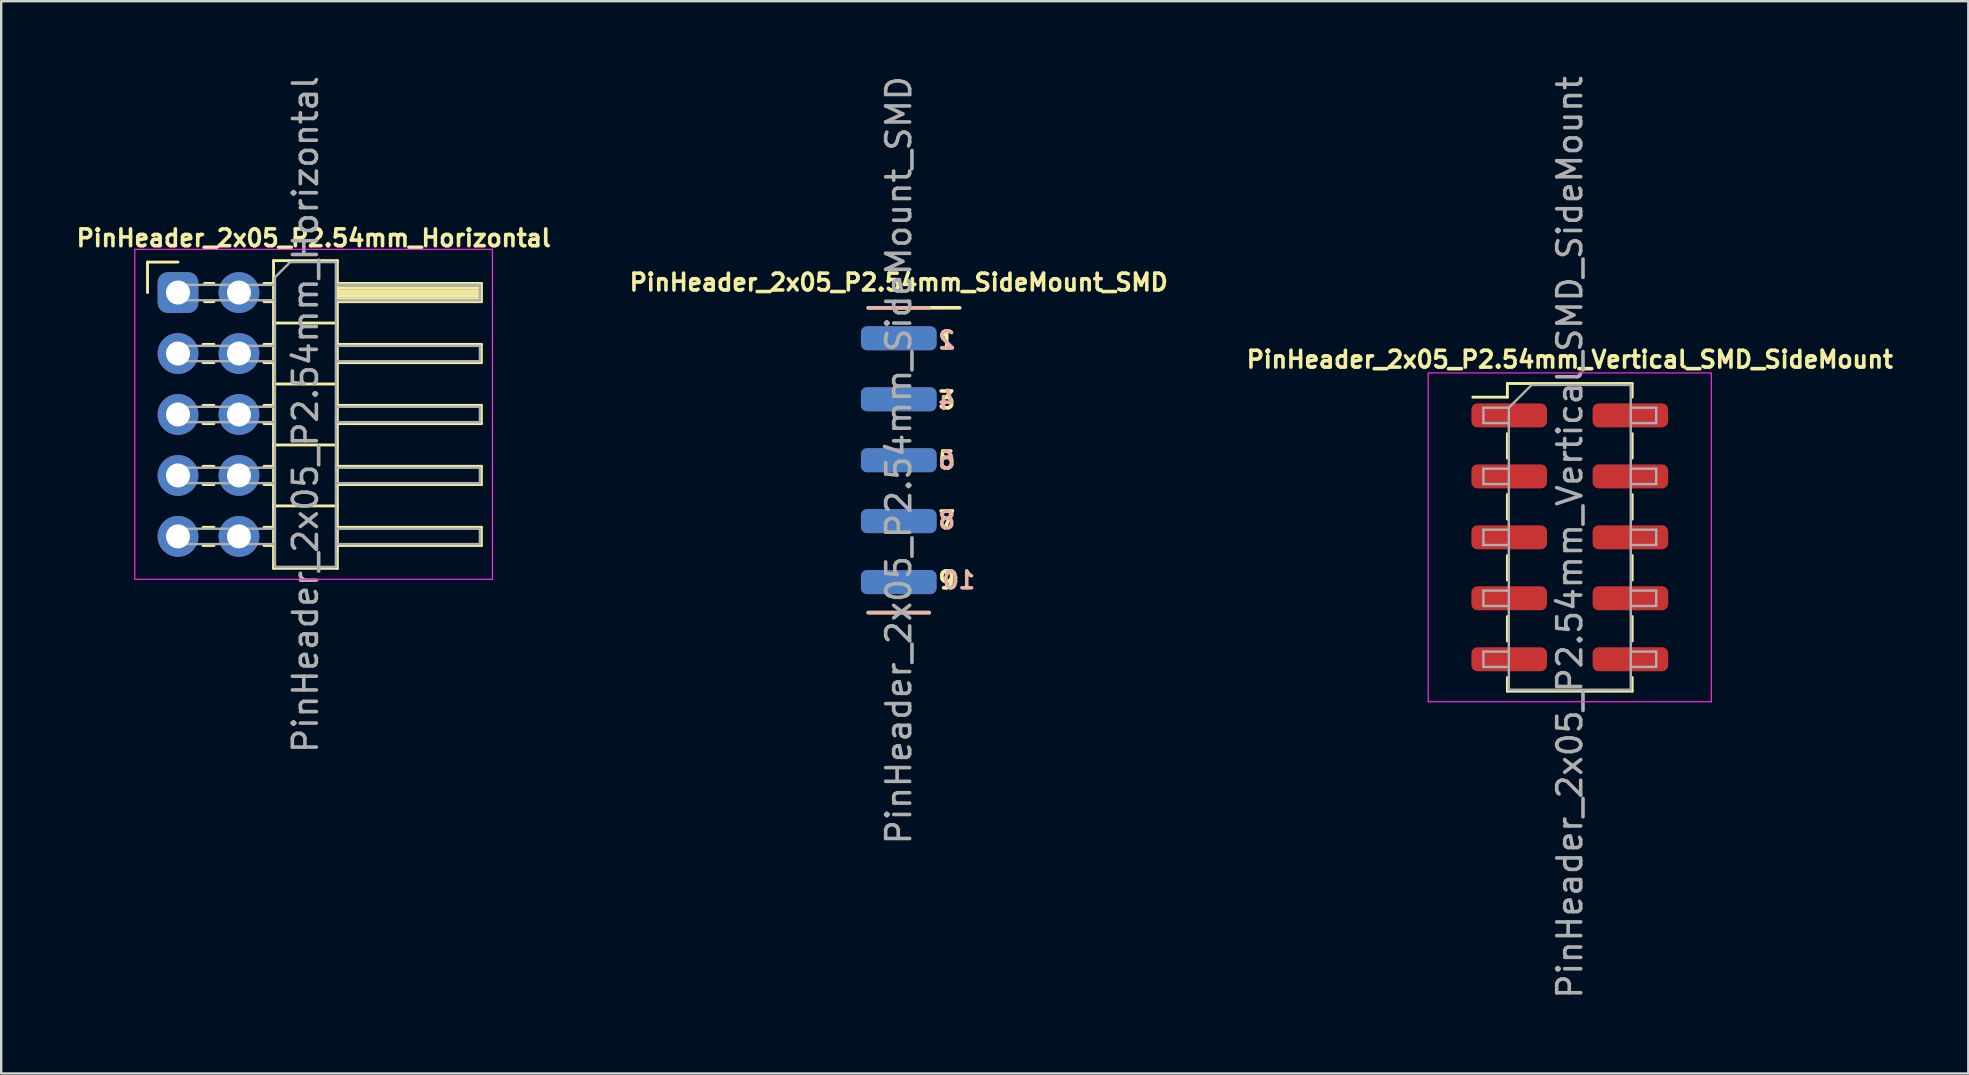
<source format=kicad_pcb>
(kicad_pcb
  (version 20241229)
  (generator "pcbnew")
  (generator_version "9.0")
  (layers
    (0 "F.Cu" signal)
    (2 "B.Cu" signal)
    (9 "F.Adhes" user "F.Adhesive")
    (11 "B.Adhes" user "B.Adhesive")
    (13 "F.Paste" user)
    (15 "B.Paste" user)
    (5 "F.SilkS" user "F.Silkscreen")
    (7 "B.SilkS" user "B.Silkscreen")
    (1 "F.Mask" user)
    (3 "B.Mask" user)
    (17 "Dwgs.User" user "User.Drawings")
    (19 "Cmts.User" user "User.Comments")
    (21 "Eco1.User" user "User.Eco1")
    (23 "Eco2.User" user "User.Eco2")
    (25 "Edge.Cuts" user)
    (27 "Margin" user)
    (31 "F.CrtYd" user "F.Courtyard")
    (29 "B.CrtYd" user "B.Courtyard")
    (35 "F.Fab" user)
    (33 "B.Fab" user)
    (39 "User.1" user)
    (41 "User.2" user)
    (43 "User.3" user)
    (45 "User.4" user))
  (footprint "PinHeader_2x05_P2.54mm_Vertical_SMD_SideMount"
    (layer "F.Cu")
    (at 62.358 19.339)
    (property "Reference" "PinHeader_2x05_P2.54mm_Vertical_SMD_SideMount" (at 0 -7.41 0) (layer "F.SilkS") (effects (font (size 0.7 0.7) (thickness 0.15))))
    (attr smd)
    (fp_line (start -4.04 -5.84) (end -2.6 -5.84) (stroke (width 0.12) (type solid)) (layer "F.SilkS"))
    (fp_line (start -2.6 -6.41) (end -2.6 -5.84) (stroke (width 0.12) (type solid)) (layer "F.SilkS"))
    (fp_line (start -2.6 -6.41) (end 2.6 -6.41) (stroke (width 0.12) (type solid)) (layer "F.SilkS"))
    (fp_line (start -2.6 -4.32) (end -2.6 -3.3) (stroke (width 0.12) (type solid)) (layer "F.SilkS"))
    (fp_line (start -2.6 -1.78) (end -2.6 -0.76) (stroke (width 0.12) (type solid)) (layer "F.SilkS"))
    (fp_line (start -2.6 0.76) (end -2.6 1.78) (stroke (width 0.12) (type solid)) (layer "F.SilkS"))
    (fp_line (start -2.6 3.3) (end -2.6 4.32) (stroke (width 0.12) (type solid)) (layer "F.SilkS"))
    (fp_line (start -2.6 5.84) (end -2.6 6.41) (stroke (width 0.12) (type solid)) (layer "F.SilkS"))
    (fp_line (start -2.6 6.41) (end 2.6 6.41) (stroke (width 0.12) (type solid)) (layer "F.SilkS"))
    (fp_line (start 2.6 -6.41) (end 2.6 -5.84) (stroke (width 0.12) (type solid)) (layer "F.SilkS"))
    (fp_line (start 2.6 -4.32) (end 2.6 -3.3) (stroke (width 0.12) (type solid)) (layer "F.SilkS"))
    (fp_line (start 2.6 -1.78) (end 2.6 -0.76) (stroke (width 0.12) (type solid)) (layer "F.SilkS"))
    (fp_line (start 2.6 0.76) (end 2.6 1.78) (stroke (width 0.12) (type solid)) (layer "F.SilkS"))
    (fp_line (start 2.6 3.3) (end 2.6 4.32) (stroke (width 0.12) (type solid)) (layer "F.SilkS"))
    (fp_line (start 2.6 5.84) (end 2.6 6.41) (stroke (width 0.12) (type solid)) (layer "F.SilkS"))
    (fp_line (start -5.9 -6.85) (end -5.9 6.85) (stroke (width 0.05) (type solid)) (layer "F.CrtYd"))
    (fp_line (start -5.9 6.85) (end 5.9 6.85) (stroke (width 0.05) (type solid)) (layer "F.CrtYd"))
    (fp_line (start 5.9 -6.85) (end -5.9 -6.85) (stroke (width 0.05) (type solid)) (layer "F.CrtYd"))
    (fp_line (start 5.9 6.85) (end 5.9 -6.85) (stroke (width 0.05) (type solid)) (layer "F.CrtYd"))
    (fp_line (start -3.6 -5.4) (end -3.6 -4.76) (stroke (width 0.1) (type solid)) (layer "F.Fab"))
    (fp_line (start -3.6 -4.76) (end -2.54 -4.76) (stroke (width 0.1) (type solid)) (layer "F.Fab"))
    (fp_line (start -3.6 -2.86) (end -3.6 -2.22) (stroke (width 0.1) (type solid)) (layer "F.Fab"))
    (fp_line (start -3.6 -2.22) (end -2.54 -2.22) (stroke (width 0.1) (type solid)) (layer "F.Fab"))
    (fp_line (start -3.6 -0.32) (end -3.6 0.32) (stroke (width 0.1) (type solid)) (layer "F.Fab"))
    (fp_line (start -3.6 0.32) (end -2.54 0.32) (stroke (width 0.1) (type solid)) (layer "F.Fab"))
    (fp_line (start -3.6 2.22) (end -3.6 2.86) (stroke (width 0.1) (type solid)) (layer "F.Fab"))
    (fp_line (start -3.6 2.86) (end -2.54 2.86) (stroke (width 0.1) (type solid)) (layer "F.Fab"))
    (fp_line (start -3.6 4.76) (end -3.6 5.4) (stroke (width 0.1) (type solid)) (layer "F.Fab"))
    (fp_line (start -3.6 5.4) (end -2.54 5.4) (stroke (width 0.1) (type solid)) (layer "F.Fab"))
    (fp_line (start -2.54 -5.4) (end -3.6 -5.4) (stroke (width 0.1) (type solid)) (layer "F.Fab"))
    (fp_line (start -2.54 -5.4) (end -1.59 -6.35) (stroke (width 0.1) (type solid)) (layer "F.Fab"))
    (fp_line (start -2.54 -2.86) (end -3.6 -2.86) (stroke (width 0.1) (type solid)) (layer "F.Fab"))
    (fp_line (start -2.54 -0.32) (end -3.6 -0.32) (stroke (width 0.1) (type solid)) (layer "F.Fab"))
    (fp_line (start -2.54 2.22) (end -3.6 2.22) (stroke (width 0.1) (type solid)) (layer "F.Fab"))
    (fp_line (start -2.54 4.76) (end -3.6 4.76) (stroke (width 0.1) (type solid)) (layer "F.Fab"))
    (fp_line (start -2.54 6.35) (end -2.54 -5.4) (stroke (width 0.1) (type solid)) (layer "F.Fab"))
    (fp_line (start -1.59 -6.35) (end 2.54 -6.35) (stroke (width 0.1) (type solid)) (layer "F.Fab"))
    (fp_line (start 2.54 -6.35) (end 2.54 6.35) (stroke (width 0.1) (type solid)) (layer "F.Fab"))
    (fp_line (start 2.54 -5.4) (end 3.6 -5.4) (stroke (width 0.1) (type solid)) (layer "F.Fab"))
    (fp_line (start 2.54 -2.86) (end 3.6 -2.86) (stroke (width 0.1) (type solid)) (layer "F.Fab"))
    (fp_line (start 2.54 -0.32) (end 3.6 -0.32) (stroke (width 0.1) (type solid)) (layer "F.Fab"))
    (fp_line (start 2.54 2.22) (end 3.6 2.22) (stroke (width 0.1) (type solid)) (layer "F.Fab"))
    (fp_line (start 2.54 4.76) (end 3.6 4.76) (stroke (width 0.1) (type solid)) (layer "F.Fab"))
    (fp_line (start 2.54 6.35) (end -2.54 6.35) (stroke (width 0.1) (type solid)) (layer "F.Fab"))
    (fp_line (start 3.6 -5.4) (end 3.6 -4.76) (stroke (width 0.1) (type solid)) (layer "F.Fab"))
    (fp_line (start 3.6 -4.76) (end 2.54 -4.76) (stroke (width 0.1) (type solid)) (layer "F.Fab"))
    (fp_line (start 3.6 -2.86) (end 3.6 -2.22) (stroke (width 0.1) (type solid)) (layer "F.Fab"))
    (fp_line (start 3.6 -2.22) (end 2.54 -2.22) (stroke (width 0.1) (type solid)) (layer "F.Fab"))
    (fp_line (start 3.6 -0.32) (end 3.6 0.32) (stroke (width 0.1) (type solid)) (layer "F.Fab"))
    (fp_line (start 3.6 0.32) (end 2.54 0.32) (stroke (width 0.1) (type solid)) (layer "F.Fab"))
    (fp_line (start 3.6 2.22) (end 3.6 2.86) (stroke (width 0.1) (type solid)) (layer "F.Fab"))
    (fp_line (start 3.6 2.86) (end 2.54 2.86) (stroke (width 0.1) (type solid)) (layer "F.Fab"))
    (fp_line (start 3.6 4.76) (end 3.6 5.4) (stroke (width 0.1) (type solid)) (layer "F.Fab"))
    (fp_line (start 3.6 5.4) (end 2.54 5.4) (stroke (width 0.1) (type solid)) (layer "F.Fab"))
    (fp_text user "${REFERENCE}" (at 0 0 90) (layer "F.Fab") (effects (font (size 1 1) (thickness 0.15))))
    (pad "1" smd roundrect (at -2.525 -5.08) (size 3.15 1) (layers "F.Cu" "F.Mask" "F.Paste") (roundrect_rratio 0.25))
    (pad "2" smd roundrect (at 2.525 -5.08) (size 3.15 1) (layers "F.Cu" "F.Mask" "F.Paste") (roundrect_rratio 0.25))
    (pad "3" smd roundrect (at -2.525 -2.54) (size 3.15 1) (layers "F.Cu" "F.Mask" "F.Paste") (roundrect_rratio 0.25))
    (pad "4" smd roundrect (at 2.525 -2.54) (size 3.15 1) (layers "F.Cu" "F.Mask" "F.Paste") (roundrect_rratio 0.25))
    (pad "5" smd roundrect (at -2.525 0) (size 3.15 1) (layers "F.Cu" "F.Mask" "F.Paste") (roundrect_rratio 0.25))
    (pad "6" smd roundrect (at 2.525 0) (size 3.15 1) (layers "F.Cu" "F.Mask" "F.Paste") (roundrect_rratio 0.25))
    (pad "7" smd roundrect (at -2.525 2.54) (size 3.15 1) (layers "F.Cu" "F.Mask" "F.Paste") (roundrect_rratio 0.25))
    (pad "8" smd roundrect (at 2.525 2.54) (size 3.15 1) (layers "F.Cu" "F.Mask" "F.Paste") (roundrect_rratio 0.25))
    (pad "9" smd roundrect (at -2.525 5.08) (size 3.15 1) (layers "F.Cu" "F.Mask" "F.Paste") (roundrect_rratio 0.25))
    (pad "10" smd roundrect (at 2.525 5.08) (size 3.15 1) (layers "F.Cu" "F.Mask" "F.Paste") (roundrect_rratio 0.25)))
  (footprint "PinHeader_2x05_P2.54mm_SideMount_SMD"
    (layer "F.Cu")
    (at 34.398 16.125)
    (property "Reference" "PinHeader_2x05_P2.54mm_SideMount_SMD" (at 0 -7.41 0) (layer "F.SilkS") (effects (font (size 0.7 0.7) (thickness 0.15))))
    (attr through_hole)
    (fp_line (start -1.27 -6.35) (end 2.54 -6.35) (stroke (width 0.15) (type solid)) (layer "F.SilkS"))
    (fp_line (start -1.27 6.35) (end 1.27 6.35) (stroke (width 0.15) (type solid)) (layer "F.SilkS"))
    (fp_line (start -1.27 -6.35) (end 1.27 -6.35) (stroke (width 0.15) (type solid)) (layer "B.SilkS"))
    (fp_line (start -1.27 6.35) (end 1.27 6.35) (stroke (width 0.15) (type solid)) (layer "B.SilkS"))
    (fp_text user "1" (at 2 -5 0) (layer "F.SilkS") (effects (font (size 0.7 0.7) (thickness 0.15))))
    (fp_text user "9" (at 2 5 0) (layer "F.SilkS") (effects (font (size 0.7 0.7) (thickness 0.15))))
    (fp_text user "5" (at 2 0 0) (layer "F.SilkS") (effects (font (size 0.7 0.7) (thickness 0.15))))
    (fp_text user "7" (at 2 2.5 0) (layer "F.SilkS") (effects (font (size 0.7 0.7) (thickness 0.15))))
    (fp_text user "3" (at 2 -2.5 0) (layer "F.SilkS") (effects (font (size 0.7 0.7) (thickness 0.15))))
    (fp_text user "8" (at 2 2.5 0) (layer "B.SilkS") (effects (font (size 0.7 0.7) (thickness 0.15)) (justify mirror)))
    (fp_text user "4" (at 2 -2.5 0) (layer "B.SilkS") (effects (font (size 0.7 0.7) (thickness 0.15)) (justify mirror)))
    (fp_text user "6" (at 2 0 0) (layer "B.SilkS") (effects (font (size 0.7 0.7) (thickness 0.15)) (justify mirror)))
    (fp_text user "2" (at 2 -5 0) (layer "B.SilkS") (effects (font (size 0.7 0.7) (thickness 0.15)) (justify mirror)))
    (fp_text user "10" (at 2.5 5 0) (layer "B.SilkS") (effects (font (size 0.7 0.7) (thickness 0.15)) (justify mirror)))
    (fp_text user "${REFERENCE}" (at 0 0 90) (layer "F.Fab") (effects (font (size 1 1) (thickness 0.15))))
    (pad "1" smd roundrect (at 0 -5.08) (size 3.15 1) (layers "F.Cu" "F.Mask") (roundrect_rratio 0.25))
    (pad "2" smd roundrect (at 0 -5.08) (size 3.15 1) (layers "B.Cu" "B.Mask") (roundrect_rratio 0.25))
    (pad "3" smd roundrect (at 0 -2.54) (size 3.15 1) (layers "F.Cu" "F.Mask") (roundrect_rratio 0.25))
    (pad "4" smd roundrect (at 0 -2.54) (size 3.15 1) (layers "B.Cu" "B.Mask") (roundrect_rratio 0.25))
    (pad "5" smd roundrect (at 0 0) (size 3.15 1) (layers "F.Cu" "F.Mask") (roundrect_rratio 0.25))
    (pad "6" smd roundrect (at 0 0) (size 3.15 1) (layers "B.Cu" "B.Mask") (roundrect_rratio 0.25))
    (pad "7" smd roundrect (at 0 2.54) (size 3.15 1) (layers "F.Cu" "F.Mask") (roundrect_rratio 0.25))
    (pad "8" smd roundrect (at 0 2.54) (size 3.15 1) (layers "B.Cu" "B.Mask") (roundrect_rratio 0.25))
    (pad "9" smd roundrect (at 0 5.08) (size 3.15 1) (layers "F.Cu" "F.Mask") (roundrect_rratio 0.25))
    (pad "10" smd roundrect (at 0 5.08) (size 3.15 1) (layers "B.Cu" "B.Mask") (roundrect_rratio 0.25)))
  (footprint "PinHeader_2x05_P2.54mm_Horizontal"
    (layer "F.Cu")
    (at 4.367 9.14)
    (property "Reference" "PinHeader_2x05_P2.54mm_Horizontal" (at 5.655 -2.27 0) (layer "F.SilkS") (effects (font (size 0.7 0.7) (thickness 0.15))))
    (attr through_hole)
    (fp_line (start -1.27 -1.27) (end 0 -1.27) (stroke (width 0.12) (type solid)) (layer "F.SilkS"))
    (fp_line (start -1.27 0) (end -1.27 -1.27) (stroke (width 0.12) (type solid)) (layer "F.SilkS"))
    (fp_line (start 1.043 2.16) (end 1.497 2.16) (stroke (width 0.12) (type solid)) (layer "F.SilkS"))
    (fp_line (start 1.043 2.92) (end 1.497 2.92) (stroke (width 0.12) (type solid)) (layer "F.SilkS"))
    (fp_line (start 1.043 4.7) (end 1.497 4.7) (stroke (width 0.12) (type solid)) (layer "F.SilkS"))
    (fp_line (start 1.043 5.46) (end 1.497 5.46) (stroke (width 0.12) (type solid)) (layer "F.SilkS"))
    (fp_line (start 1.043 7.24) (end 1.497 7.24) (stroke (width 0.12) (type solid)) (layer "F.SilkS"))
    (fp_line (start 1.043 8) (end 1.497 8) (stroke (width 0.12) (type solid)) (layer "F.SilkS"))
    (fp_line (start 1.043 9.78) (end 1.497 9.78) (stroke (width 0.12) (type solid)) (layer "F.SilkS"))
    (fp_line (start 1.043 10.54) (end 1.497 10.54) (stroke (width 0.12) (type solid)) (layer "F.SilkS"))
    (fp_line (start 1.11 -0.38) (end 1.497 -0.38) (stroke (width 0.12) (type solid)) (layer "F.SilkS"))
    (fp_line (start 1.11 0.38) (end 1.497 0.38) (stroke (width 0.12) (type solid)) (layer "F.SilkS"))
    (fp_line (start 3.583 -0.38) (end 3.98 -0.38) (stroke (width 0.12) (type solid)) (layer "F.SilkS"))
    (fp_line (start 3.583 0.38) (end 3.98 0.38) (stroke (width 0.12) (type solid)) (layer "F.SilkS"))
    (fp_line (start 3.583 2.16) (end 3.98 2.16) (stroke (width 0.12) (type solid)) (layer "F.SilkS"))
    (fp_line (start 3.583 2.92) (end 3.98 2.92) (stroke (width 0.12) (type solid)) (layer "F.SilkS"))
    (fp_line (start 3.583 4.7) (end 3.98 4.7) (stroke (width 0.12) (type solid)) (layer "F.SilkS"))
    (fp_line (start 3.583 5.46) (end 3.98 5.46) (stroke (width 0.12) (type solid)) (layer "F.SilkS"))
    (fp_line (start 3.583 7.24) (end 3.98 7.24) (stroke (width 0.12) (type solid)) (layer "F.SilkS"))
    (fp_line (start 3.583 8) (end 3.98 8) (stroke (width 0.12) (type solid)) (layer "F.SilkS"))
    (fp_line (start 3.583 9.78) (end 3.98 9.78) (stroke (width 0.12) (type solid)) (layer "F.SilkS"))
    (fp_line (start 3.583 10.54) (end 3.98 10.54) (stroke (width 0.12) (type solid)) (layer "F.SilkS"))
    (fp_line (start 3.98 -1.33) (end 3.98 11.49) (stroke (width 0.12) (type solid)) (layer "F.SilkS"))
    (fp_line (start 3.98 1.27) (end 6.64 1.27) (stroke (width 0.12) (type solid)) (layer "F.SilkS"))
    (fp_line (start 3.98 3.81) (end 6.64 3.81) (stroke (width 0.12) (type solid)) (layer "F.SilkS"))
    (fp_line (start 3.98 6.35) (end 6.64 6.35) (stroke (width 0.12) (type solid)) (layer "F.SilkS"))
    (fp_line (start 3.98 8.89) (end 6.64 8.89) (stroke (width 0.12) (type solid)) (layer "F.SilkS"))
    (fp_line (start 3.98 11.49) (end 6.64 11.49) (stroke (width 0.12) (type solid)) (layer "F.SilkS"))
    (fp_line (start 6.64 -1.33) (end 3.98 -1.33) (stroke (width 0.12) (type solid)) (layer "F.SilkS"))
    (fp_line (start 6.64 -0.38) (end 12.64 -0.38) (stroke (width 0.12) (type solid)) (layer "F.SilkS"))
    (fp_line (start 6.64 -0.32) (end 12.64 -0.32) (stroke (width 0.12) (type solid)) (layer "F.SilkS"))
    (fp_line (start 6.64 -0.2) (end 12.64 -0.2) (stroke (width 0.12) (type solid)) (layer "F.SilkS"))
    (fp_line (start 6.64 -0.08) (end 12.64 -0.08) (stroke (width 0.12) (type solid)) (layer "F.SilkS"))
    (fp_line (start 6.64 0.04) (end 12.64 0.04) (stroke (width 0.12) (type solid)) (layer "F.SilkS"))
    (fp_line (start 6.64 0.16) (end 12.64 0.16) (stroke (width 0.12) (type solid)) (layer "F.SilkS"))
    (fp_line (start 6.64 0.28) (end 12.64 0.28) (stroke (width 0.12) (type solid)) (layer "F.SilkS"))
    (fp_line (start 6.64 2.16) (end 12.64 2.16) (stroke (width 0.12) (type solid)) (layer "F.SilkS"))
    (fp_line (start 6.64 4.7) (end 12.64 4.7) (stroke (width 0.12) (type solid)) (layer "F.SilkS"))
    (fp_line (start 6.64 7.24) (end 12.64 7.24) (stroke (width 0.12) (type solid)) (layer "F.SilkS"))
    (fp_line (start 6.64 9.78) (end 12.64 9.78) (stroke (width 0.12) (type solid)) (layer "F.SilkS"))
    (fp_line (start 6.64 11.49) (end 6.64 -1.33) (stroke (width 0.12) (type solid)) (layer "F.SilkS"))
    (fp_line (start 12.64 -0.38) (end 12.64 0.38) (stroke (width 0.12) (type solid)) (layer "F.SilkS"))
    (fp_line (start 12.64 0.38) (end 6.64 0.38) (stroke (width 0.12) (type solid)) (layer "F.SilkS"))
    (fp_line (start 12.64 2.16) (end 12.64 2.92) (stroke (width 0.12) (type solid)) (layer "F.SilkS"))
    (fp_line (start 12.64 2.92) (end 6.64 2.92) (stroke (width 0.12) (type solid)) (layer "F.SilkS"))
    (fp_line (start 12.64 4.7) (end 12.64 5.46) (stroke (width 0.12) (type solid)) (layer "F.SilkS"))
    (fp_line (start 12.64 5.46) (end 6.64 5.46) (stroke (width 0.12) (type solid)) (layer "F.SilkS"))
    (fp_line (start 12.64 7.24) (end 12.64 8) (stroke (width 0.12) (type solid)) (layer "F.SilkS"))
    (fp_line (start 12.64 8) (end 6.64 8) (stroke (width 0.12) (type solid)) (layer "F.SilkS"))
    (fp_line (start 12.64 9.78) (end 12.64 10.54) (stroke (width 0.12) (type solid)) (layer "F.SilkS"))
    (fp_line (start 12.64 10.54) (end 6.64 10.54) (stroke (width 0.12) (type solid)) (layer "F.SilkS"))
    (fp_line (start -1.8 -1.8) (end -1.8 11.95) (stroke (width 0.05) (type solid)) (layer "F.CrtYd"))
    (fp_line (start -1.8 11.95) (end 13.1 11.95) (stroke (width 0.05) (type solid)) (layer "F.CrtYd"))
    (fp_line (start 13.1 -1.8) (end -1.8 -1.8) (stroke (width 0.05) (type solid)) (layer "F.CrtYd"))
    (fp_line (start 13.1 11.95) (end 13.1 -1.8) (stroke (width 0.05) (type solid)) (layer "F.CrtYd"))
    (fp_line (start -0.32 -0.32) (end -0.32 0.32) (stroke (width 0.1) (type solid)) (layer "F.Fab"))
    (fp_line (start -0.32 -0.32) (end 4.04 -0.32) (stroke (width 0.1) (type solid)) (layer "F.Fab"))
    (fp_line (start -0.32 0.32) (end 4.04 0.32) (stroke (width 0.1) (type solid)) (layer "F.Fab"))
    (fp_line (start -0.32 2.22) (end -0.32 2.86) (stroke (width 0.1) (type solid)) (layer "F.Fab"))
    (fp_line (start -0.32 2.22) (end 4.04 2.22) (stroke (width 0.1) (type solid)) (layer "F.Fab"))
    (fp_line (start -0.32 2.86) (end 4.04 2.86) (stroke (width 0.1) (type solid)) (layer "F.Fab"))
    (fp_line (start -0.32 4.76) (end -0.32 5.4) (stroke (width 0.1) (type solid)) (layer "F.Fab"))
    (fp_line (start -0.32 4.76) (end 4.04 4.76) (stroke (width 0.1) (type solid)) (layer "F.Fab"))
    (fp_line (start -0.32 5.4) (end 4.04 5.4) (stroke (width 0.1) (type solid)) (layer "F.Fab"))
    (fp_line (start -0.32 7.3) (end -0.32 7.94) (stroke (width 0.1) (type solid)) (layer "F.Fab"))
    (fp_line (start -0.32 7.3) (end 4.04 7.3) (stroke (width 0.1) (type solid)) (layer "F.Fab"))
    (fp_line (start -0.32 7.94) (end 4.04 7.94) (stroke (width 0.1) (type solid)) (layer "F.Fab"))
    (fp_line (start -0.32 9.84) (end -0.32 10.48) (stroke (width 0.1) (type solid)) (layer "F.Fab"))
    (fp_line (start -0.32 9.84) (end 4.04 9.84) (stroke (width 0.1) (type solid)) (layer "F.Fab"))
    (fp_line (start -0.32 10.48) (end 4.04 10.48) (stroke (width 0.1) (type solid)) (layer "F.Fab"))
    (fp_line (start 4.04 -0.635) (end 4.675 -1.27) (stroke (width 0.1) (type solid)) (layer "F.Fab"))
    (fp_line (start 4.04 11.43) (end 4.04 -0.635) (stroke (width 0.1) (type solid)) (layer "F.Fab"))
    (fp_line (start 4.675 -1.27) (end 6.58 -1.27) (stroke (width 0.1) (type solid)) (layer "F.Fab"))
    (fp_line (start 6.58 -1.27) (end 6.58 11.43) (stroke (width 0.1) (type solid)) (layer "F.Fab"))
    (fp_line (start 6.58 -0.32) (end 12.58 -0.32) (stroke (width 0.1) (type solid)) (layer "F.Fab"))
    (fp_line (start 6.58 0.32) (end 12.58 0.32) (stroke (width 0.1) (type solid)) (layer "F.Fab"))
    (fp_line (start 6.58 2.22) (end 12.58 2.22) (stroke (width 0.1) (type solid)) (layer "F.Fab"))
    (fp_line (start 6.58 2.86) (end 12.58 2.86) (stroke (width 0.1) (type solid)) (layer "F.Fab"))
    (fp_line (start 6.58 4.76) (end 12.58 4.76) (stroke (width 0.1) (type solid)) (layer "F.Fab"))
    (fp_line (start 6.58 5.4) (end 12.58 5.4) (stroke (width 0.1) (type solid)) (layer "F.Fab"))
    (fp_line (start 6.58 7.3) (end 12.58 7.3) (stroke (width 0.1) (type solid)) (layer "F.Fab"))
    (fp_line (start 6.58 7.94) (end 12.58 7.94) (stroke (width 0.1) (type solid)) (layer "F.Fab"))
    (fp_line (start 6.58 9.84) (end 12.58 9.84) (stroke (width 0.1) (type solid)) (layer "F.Fab"))
    (fp_line (start 6.58 10.48) (end 12.58 10.48) (stroke (width 0.1) (type solid)) (layer "F.Fab"))
    (fp_line (start 6.58 11.43) (end 4.04 11.43) (stroke (width 0.1) (type solid)) (layer "F.Fab"))
    (fp_line (start 12.58 -0.32) (end 12.58 0.32) (stroke (width 0.1) (type solid)) (layer "F.Fab"))
    (fp_line (start 12.58 2.22) (end 12.58 2.86) (stroke (width 0.1) (type solid)) (layer "F.Fab"))
    (fp_line (start 12.58 4.76) (end 12.58 5.4) (stroke (width 0.1) (type solid)) (layer "F.Fab"))
    (fp_line (start 12.58 7.3) (end 12.58 7.94) (stroke (width 0.1) (type solid)) (layer "F.Fab"))
    (fp_line (start 12.58 9.84) (end 12.58 10.48) (stroke (width 0.1) (type solid)) (layer "F.Fab"))
    (fp_text user "${REFERENCE}" (at 5.31 5.08 90) (layer "F.Fab") (effects (font (size 1 1) (thickness 0.15))))
    (pad "1" thru_hole roundrect (at 0 0) (size 1.7 1.7) (drill 1) (layers "*.Cu" "*.Mask") (roundrect_rratio 0.25))
    (pad "2" thru_hole oval (at 2.54 0) (size 1.7 1.7) (drill 1) (layers "*.Cu" "*.Mask"))
    (pad "3" thru_hole oval (at 0 2.54) (size 1.7 1.7) (drill 1) (layers "*.Cu" "*.Mask"))
    (pad "4" thru_hole oval (at 2.54 2.54) (size 1.7 1.7) (drill 1) (layers "*.Cu" "*.Mask"))
    (pad "5" thru_hole oval (at 0 5.08) (size 1.7 1.7) (drill 1) (layers "*.Cu" "*.Mask"))
    (pad "6" thru_hole oval (at 2.54 5.08) (size 1.7 1.7) (drill 1) (layers "*.Cu" "*.Mask"))
    (pad "7" thru_hole oval (at 0 7.62) (size 1.7 1.7) (drill 1) (layers "*.Cu" "*.Mask"))
    (pad "8" thru_hole oval (at 2.54 7.62) (size 1.7 1.7) (drill 1) (layers "*.Cu" "*.Mask"))
    (pad "9" thru_hole oval (at 0 10.16) (size 1.7 1.7) (drill 1) (layers "*.Cu" "*.Mask"))
    (pad "10" thru_hole oval (at 2.54 10.16) (size 1.7 1.7) (drill 1) (layers "*.Cu" "*.Mask")))
  (gr_rect
    (start -3 -3)
    (end 78.963 41.679)
    (stroke (width 0.1) (type default))
    (fill no)
    (layer "Edge.Cuts")))
</source>
